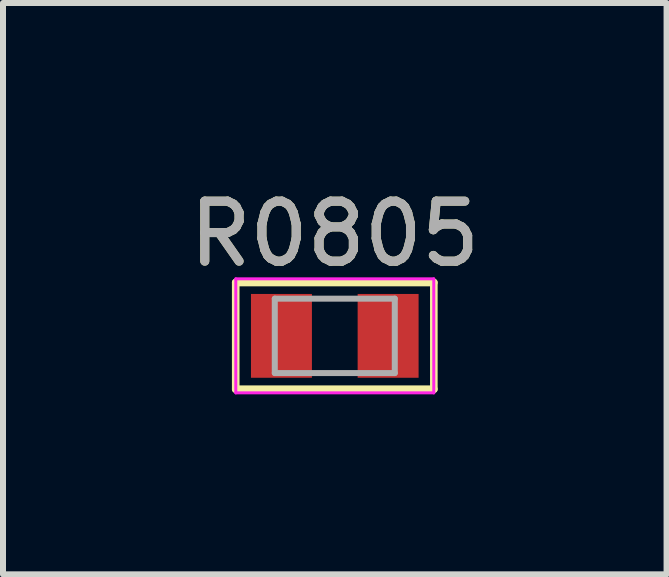
<source format=kicad_pcb>
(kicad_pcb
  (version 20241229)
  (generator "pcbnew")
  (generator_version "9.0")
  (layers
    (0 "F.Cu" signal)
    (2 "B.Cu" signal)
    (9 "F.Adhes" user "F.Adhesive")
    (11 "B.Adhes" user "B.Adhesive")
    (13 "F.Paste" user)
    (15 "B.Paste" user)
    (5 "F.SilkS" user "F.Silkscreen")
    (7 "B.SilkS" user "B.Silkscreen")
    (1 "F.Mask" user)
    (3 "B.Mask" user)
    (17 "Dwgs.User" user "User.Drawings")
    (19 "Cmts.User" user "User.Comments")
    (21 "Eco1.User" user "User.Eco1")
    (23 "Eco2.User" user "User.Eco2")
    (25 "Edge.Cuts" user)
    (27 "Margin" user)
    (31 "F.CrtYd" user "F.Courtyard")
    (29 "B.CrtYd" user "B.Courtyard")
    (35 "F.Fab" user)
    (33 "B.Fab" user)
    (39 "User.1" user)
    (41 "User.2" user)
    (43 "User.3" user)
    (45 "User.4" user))
  (footprint "R0805"
    (layer "F.Cu")
    (at 2.53 2.548)
    (property "Reference" "R0805" (at 0 -1.7 0) (layer "F.SilkS") (effects (font (size 1 1) (thickness 0.15))))
    (attr smd)
    (fp_line (start -1.651 -0.889) (end 1.651 -0.889) (stroke (width 0.127) (type solid)) (layer "F.SilkS"))
    (fp_line (start -1.651 0.889) (end -1.651 -0.889) (stroke (width 0.127) (type solid)) (layer "F.SilkS"))
    (fp_line (start 1.651 -0.889) (end 1.651 0.889) (stroke (width 0.127) (type solid)) (layer "F.SilkS"))
    (fp_line (start 1.651 0.889) (end -1.651 0.889) (stroke (width 0.127) (type solid)) (layer "F.SilkS"))
    (fp_line (start -1.65 0.95) (end -1.65 -0.95) (stroke (width 0.05) (type solid)) (layer "F.CrtYd"))
    (fp_line (start -1.65 0.95) (end 1.65 0.95) (stroke (width 0.05) (type solid)) (layer "F.CrtYd"))
    (fp_line (start 1.65 -0.95) (end -1.65 -0.95) (stroke (width 0.05) (type solid)) (layer "F.CrtYd"))
    (fp_line (start 1.65 0.95) (end 1.65 -0.95) (stroke (width 0.05) (type solid)) (layer "F.CrtYd"))
    (fp_line (start -1 -0.62) (end 1 -0.62) (stroke (width 0.1) (type solid)) (layer "F.Fab"))
    (fp_line (start -1 0.62) (end -1 -0.62) (stroke (width 0.1) (type solid)) (layer "F.Fab"))
    (fp_line (start 1 -0.62) (end 1 0.62) (stroke (width 0.1) (type solid)) (layer "F.Fab"))
    (fp_line (start 1 0.62) (end -1 0.62) (stroke (width 0.1) (type solid)) (layer "F.Fab"))
    (fp_text user "${REFERENCE}" (at 0 -1.7 0) (layer "F.Fab") (effects (font (size 1 1) (thickness 0.15))))
    (pad "1" smd rect (at -0.889 0) (size 1.016 1.397) (layers "F.Cu" "F.Mask" "F.Paste"))
    (pad "2" smd rect (at 0.889 0) (size 1.016 1.397) (layers "F.Cu" "F.Mask" "F.Paste")))
  (gr_rect
    (start -3 -3)
    (end 8.06 6.523)
    (stroke (width 0.1) (type default))
    (fill no)
    (layer "Edge.Cuts")))
</source>
